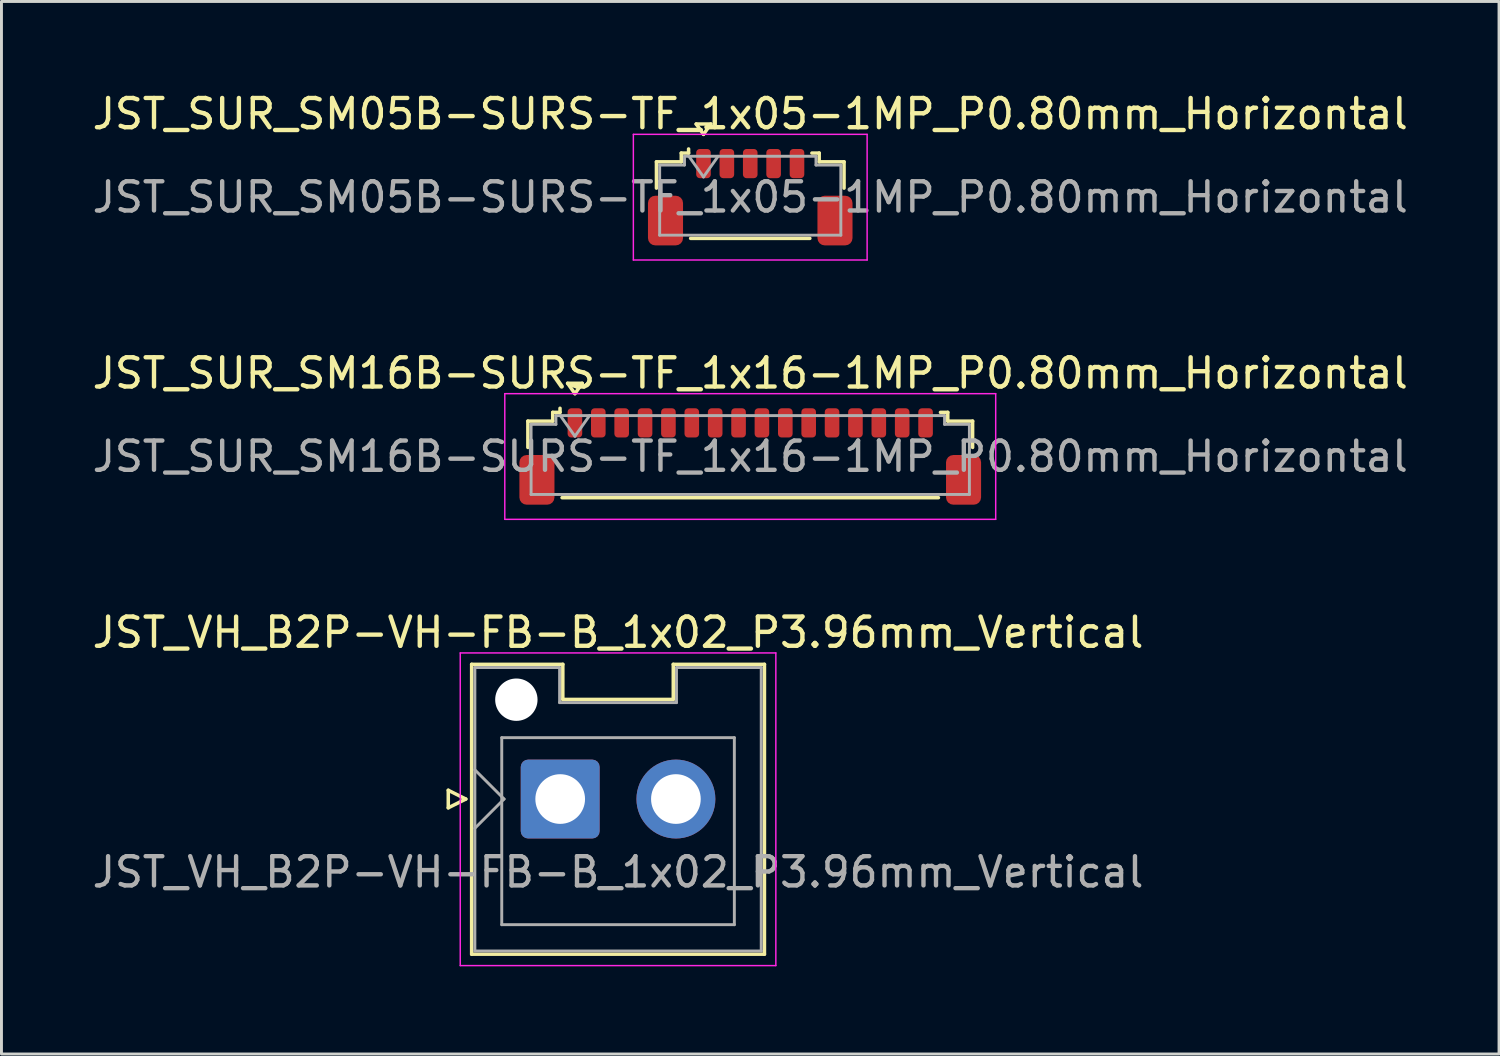
<source format=kicad_pcb>
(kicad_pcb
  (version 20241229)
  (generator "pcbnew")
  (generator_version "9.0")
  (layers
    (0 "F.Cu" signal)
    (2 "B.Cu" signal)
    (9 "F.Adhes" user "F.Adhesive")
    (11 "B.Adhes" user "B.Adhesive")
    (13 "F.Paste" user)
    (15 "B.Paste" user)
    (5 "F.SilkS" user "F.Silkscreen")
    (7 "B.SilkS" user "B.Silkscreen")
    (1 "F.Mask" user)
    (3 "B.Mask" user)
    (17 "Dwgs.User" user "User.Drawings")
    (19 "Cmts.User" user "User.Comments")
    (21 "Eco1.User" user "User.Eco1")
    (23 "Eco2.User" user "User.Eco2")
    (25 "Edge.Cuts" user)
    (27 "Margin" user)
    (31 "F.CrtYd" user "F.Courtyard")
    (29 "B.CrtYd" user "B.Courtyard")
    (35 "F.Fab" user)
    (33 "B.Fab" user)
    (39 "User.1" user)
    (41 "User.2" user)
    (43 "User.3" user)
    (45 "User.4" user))
  (footprint "JST_SUR_SM05B-SURS-TF_1x05-1MP_P0.80mm_Horizontal"
    (layer "F.Cu")
    (at 22.625 3.698)
    (property "Reference" "JST_SUR_SM05B-SURS-TF_1x05-1MP_P0.80mm_Horizontal" (at 0 -2.85 0) (layer "F.SilkS") (effects (font (size 1 1) (thickness 0.15))))
    (attr smd)
    (fp_line (start -3.21 -1.21) (end -2.36 -1.21) (stroke (width 0.12) (type solid)) (layer "F.SilkS"))
    (fp_line (start -3.21 -0.31) (end -3.21 -1.21) (stroke (width 0.12) (type solid)) (layer "F.SilkS"))
    (fp_line (start -2.36 -1.51) (end -2.11 -1.51) (stroke (width 0.12) (type solid)) (layer "F.SilkS"))
    (fp_line (start -2.36 -1.21) (end -2.36 -1.51) (stroke (width 0.12) (type solid)) (layer "F.SilkS"))
    (fp_line (start -2.11 -1.51) (end -2.11 -1.65) (stroke (width 0.12) (type solid)) (layer "F.SilkS"))
    (fp_line (start -2.04 1.41) (end 2.04 1.41) (stroke (width 0.12) (type solid)) (layer "F.SilkS"))
    (fp_line (start -1.85 -2.504) (end -1.6 -2.15) (stroke (width 0.12) (type solid)) (layer "F.SilkS"))
    (fp_line (start -1.6 -2.15) (end -1.35 -2.504) (stroke (width 0.12) (type solid)) (layer "F.SilkS"))
    (fp_line (start -1.35 -2.504) (end -1.85 -2.504) (stroke (width 0.12) (type solid)) (layer "F.SilkS"))
    (fp_line (start 2.36 -1.51) (end 2.11 -1.51) (stroke (width 0.12) (type solid)) (layer "F.SilkS"))
    (fp_line (start 2.36 -1.21) (end 2.36 -1.51) (stroke (width 0.12) (type solid)) (layer "F.SilkS"))
    (fp_line (start 3.21 -1.21) (end 2.36 -1.21) (stroke (width 0.12) (type solid)) (layer "F.SilkS"))
    (fp_line (start 3.21 -0.31) (end 3.21 -1.21) (stroke (width 0.12) (type solid)) (layer "F.SilkS"))
    (fp_line (start -4 -2.15) (end -4 2.15) (stroke (width 0.05) (type solid)) (layer "F.CrtYd"))
    (fp_line (start -4 2.15) (end 4 2.15) (stroke (width 0.05) (type solid)) (layer "F.CrtYd"))
    (fp_line (start 4 -2.15) (end -4 -2.15) (stroke (width 0.05) (type solid)) (layer "F.CrtYd"))
    (fp_line (start 4 2.15) (end 4 -2.15) (stroke (width 0.05) (type solid)) (layer "F.CrtYd"))
    (fp_line (start -3.1 -1.1) (end -3.1 1.3) (stroke (width 0.1) (type solid)) (layer "F.Fab"))
    (fp_line (start -3.1 -1.1) (end -2.25 -1.1) (stroke (width 0.1) (type solid)) (layer "F.Fab"))
    (fp_line (start -3.1 1.3) (end 3.1 1.3) (stroke (width 0.1) (type solid)) (layer "F.Fab"))
    (fp_line (start -2.25 -1.4) (end 2.25 -1.4) (stroke (width 0.1) (type solid)) (layer "F.Fab"))
    (fp_line (start -2.25 -1.1) (end -2.25 -1.4) (stroke (width 0.1) (type solid)) (layer "F.Fab"))
    (fp_line (start -2.1 -1.4) (end -1.6 -0.693) (stroke (width 0.1) (type solid)) (layer "F.Fab"))
    (fp_line (start -1.6 -0.693) (end -1.1 -1.4) (stroke (width 0.1) (type solid)) (layer "F.Fab"))
    (fp_line (start 2.25 -1.4) (end 2.25 -1.1) (stroke (width 0.1) (type solid)) (layer "F.Fab"))
    (fp_line (start 2.25 -1.1) (end 3.1 -1.1) (stroke (width 0.1) (type solid)) (layer "F.Fab"))
    (fp_line (start 3.1 -1.1) (end 3.1 1.3) (stroke (width 0.1) (type solid)) (layer "F.Fab"))
    (fp_text user "${REFERENCE}" (at 0 0 0) (layer "F.Fab") (effects (font (size 1 1) (thickness 0.15))))
    (pad "1" smd roundrect (at -1.6 -1.15) (size 0.5 1) (layers "F.Cu" "F.Mask" "F.Paste") (roundrect_rratio 0.25))
    (pad "2" smd roundrect (at -0.8 -1.15) (size 0.5 1) (layers "F.Cu" "F.Mask" "F.Paste") (roundrect_rratio 0.25))
    (pad "3" smd roundrect (at 0 -1.15) (size 0.5 1) (layers "F.Cu" "F.Mask" "F.Paste") (roundrect_rratio 0.25))
    (pad "4" smd roundrect (at 0.8 -1.15) (size 0.5 1) (layers "F.Cu" "F.Mask" "F.Paste") (roundrect_rratio 0.25))
    (pad "5" smd roundrect (at 1.6 -1.15) (size 0.5 1) (layers "F.Cu" "F.Mask" "F.Paste") (roundrect_rratio 0.25))
    (pad "MP" smd roundrect (at -2.9 0.8) (size 1.2 1.7) (layers "F.Cu" "F.Mask" "F.Paste") (roundrect_rratio 0.208))
    (pad "MP" smd roundrect (at 2.9 0.8) (size 1.2 1.7) (layers "F.Cu" "F.Mask" "F.Paste") (roundrect_rratio 0.208)))
  (footprint "JST_VH_B2P-VH-FB-B_1x02_P3.96mm_Vertical"
    (layer "F.Cu")
    (at 16.121 24.295)
    (property "Reference" "JST_VH_B2P-VH-FB-B_1x02_P3.96mm_Vertical" (at 1.98 -5.7 0) (layer "F.SilkS") (effects (font (size 1 1) (thickness 0.15))))
    (attr through_hole)
    (fp_line (start -3.83 -0.3) (end -3.23 0) (stroke (width 0.12) (type solid)) (layer "F.SilkS"))
    (fp_line (start -3.83 0.3) (end -3.83 -0.3) (stroke (width 0.12) (type solid)) (layer "F.SilkS"))
    (fp_line (start -3.23 0) (end -3.83 0.3) (stroke (width 0.12) (type solid)) (layer "F.SilkS"))
    (fp_line (start -3.03 -4.61) (end 0.09 -4.61) (stroke (width 0.12) (type solid)) (layer "F.SilkS"))
    (fp_line (start -3.03 5.31) (end -3.03 -4.61) (stroke (width 0.12) (type solid)) (layer "F.SilkS"))
    (fp_line (start 0.09 -4.61) (end 0.09 -3.41) (stroke (width 0.12) (type solid)) (layer "F.SilkS"))
    (fp_line (start 0.09 -3.41) (end 3.87 -3.41) (stroke (width 0.12) (type solid)) (layer "F.SilkS"))
    (fp_line (start 3.87 -4.61) (end 6.99 -4.61) (stroke (width 0.12) (type solid)) (layer "F.SilkS"))
    (fp_line (start 3.87 -3.41) (end 3.87 -4.61) (stroke (width 0.12) (type solid)) (layer "F.SilkS"))
    (fp_line (start 6.99 -4.61) (end 6.99 5.31) (stroke (width 0.12) (type solid)) (layer "F.SilkS"))
    (fp_line (start 6.99 5.31) (end -3.03 5.31) (stroke (width 0.12) (type solid)) (layer "F.SilkS"))
    (fp_line (start -3.42 -5) (end -3.42 5.7) (stroke (width 0.05) (type solid)) (layer "F.CrtYd"))
    (fp_line (start -3.42 5.7) (end 7.38 5.7) (stroke (width 0.05) (type solid)) (layer "F.CrtYd"))
    (fp_line (start 7.38 -5) (end -3.42 -5) (stroke (width 0.05) (type solid)) (layer "F.CrtYd"))
    (fp_line (start 7.38 5.7) (end 7.38 -5) (stroke (width 0.05) (type solid)) (layer "F.CrtYd"))
    (fp_line (start -2.92 -4.5) (end -0.02 -4.5) (stroke (width 0.1) (type solid)) (layer "F.Fab"))
    (fp_line (start -2.92 -1) (end -1.92 0) (stroke (width 0.1) (type solid)) (layer "F.Fab"))
    (fp_line (start -2.92 1) (end -1.92 0) (stroke (width 0.1) (type solid)) (layer "F.Fab"))
    (fp_line (start -2.92 5.2) (end -2.92 -4.5) (stroke (width 0.1) (type solid)) (layer "F.Fab"))
    (fp_line (start -2 -2.1) (end 5.96 -2.1) (stroke (width 0.1) (type solid)) (layer "F.Fab"))
    (fp_line (start -2 4.3) (end -2 -2.1) (stroke (width 0.1) (type solid)) (layer "F.Fab"))
    (fp_line (start -0.02 -4.5) (end -0.02 -3.3) (stroke (width 0.1) (type solid)) (layer "F.Fab"))
    (fp_line (start -0.02 -3.3) (end 3.98 -3.3) (stroke (width 0.1) (type solid)) (layer "F.Fab"))
    (fp_line (start 3.98 -4.5) (end 6.88 -4.5) (stroke (width 0.1) (type solid)) (layer "F.Fab"))
    (fp_line (start 3.98 -3.3) (end 3.98 -4.5) (stroke (width 0.1) (type solid)) (layer "F.Fab"))
    (fp_line (start 5.96 -2.1) (end 5.96 4.3) (stroke (width 0.1) (type solid)) (layer "F.Fab"))
    (fp_line (start 5.96 4.3) (end -2 4.3) (stroke (width 0.1) (type solid)) (layer "F.Fab"))
    (fp_line (start 6.88 -4.5) (end 6.88 5.2) (stroke (width 0.1) (type solid)) (layer "F.Fab"))
    (fp_line (start 6.88 5.2) (end -2.92 5.2) (stroke (width 0.1) (type solid)) (layer "F.Fab"))
    (fp_text user "${REFERENCE}" (at 1.98 2.5 0) (layer "F.Fab") (effects (font (size 1 1) (thickness 0.15))))
    (pad "" np_thru_hole circle (at -1.5 -3.4) (size 1.45 1.45) (drill 1.45) (layers "*.Cu" "*.Mask"))
    (pad "1" thru_hole roundrect (at 0 0) (size 2.7 2.7) (drill 1.7) (layers "*.Cu" "*.Mask") (roundrect_rratio 0.093))
    (pad "2" thru_hole circle (at 3.96 0) (size 2.7 2.7) (drill 1.7) (layers "*.Cu" "*.Mask")))
  (footprint "JST_SUR_SM16B-SURS-TF_1x16-1MP_P0.80mm_Horizontal"
    (layer "F.Cu")
    (at 22.625 12.572)
    (property "Reference" "JST_SUR_SM16B-SURS-TF_1x16-1MP_P0.80mm_Horizontal" (at 0 -2.85 0) (layer "F.SilkS") (effects (font (size 1 1) (thickness 0.15))))
    (attr smd)
    (fp_line (start -7.61 -1.21) (end -6.76 -1.21) (stroke (width 0.12) (type solid)) (layer "F.SilkS"))
    (fp_line (start -7.61 -0.31) (end -7.61 -1.21) (stroke (width 0.12) (type solid)) (layer "F.SilkS"))
    (fp_line (start -6.76 -1.51) (end -6.51 -1.51) (stroke (width 0.12) (type solid)) (layer "F.SilkS"))
    (fp_line (start -6.76 -1.21) (end -6.76 -1.51) (stroke (width 0.12) (type solid)) (layer "F.SilkS"))
    (fp_line (start -6.51 -1.51) (end -6.51 -1.65) (stroke (width 0.12) (type solid)) (layer "F.SilkS"))
    (fp_line (start -6.44 1.41) (end 6.44 1.41) (stroke (width 0.12) (type solid)) (layer "F.SilkS"))
    (fp_line (start -6.25 -2.504) (end -6 -2.15) (stroke (width 0.12) (type solid)) (layer "F.SilkS"))
    (fp_line (start -6 -2.15) (end -5.75 -2.504) (stroke (width 0.12) (type solid)) (layer "F.SilkS"))
    (fp_line (start -5.75 -2.504) (end -6.25 -2.504) (stroke (width 0.12) (type solid)) (layer "F.SilkS"))
    (fp_line (start 6.76 -1.51) (end 6.51 -1.51) (stroke (width 0.12) (type solid)) (layer "F.SilkS"))
    (fp_line (start 6.76 -1.21) (end 6.76 -1.51) (stroke (width 0.12) (type solid)) (layer "F.SilkS"))
    (fp_line (start 7.61 -1.21) (end 6.76 -1.21) (stroke (width 0.12) (type solid)) (layer "F.SilkS"))
    (fp_line (start 7.61 -0.31) (end 7.61 -1.21) (stroke (width 0.12) (type solid)) (layer "F.SilkS"))
    (fp_line (start -8.4 -2.15) (end -8.4 2.15) (stroke (width 0.05) (type solid)) (layer "F.CrtYd"))
    (fp_line (start -8.4 2.15) (end 8.4 2.15) (stroke (width 0.05) (type solid)) (layer "F.CrtYd"))
    (fp_line (start 8.4 -2.15) (end -8.4 -2.15) (stroke (width 0.05) (type solid)) (layer "F.CrtYd"))
    (fp_line (start 8.4 2.15) (end 8.4 -2.15) (stroke (width 0.05) (type solid)) (layer "F.CrtYd"))
    (fp_line (start -7.5 -1.1) (end -7.5 1.3) (stroke (width 0.1) (type solid)) (layer "F.Fab"))
    (fp_line (start -7.5 -1.1) (end -6.65 -1.1) (stroke (width 0.1) (type solid)) (layer "F.Fab"))
    (fp_line (start -7.5 1.3) (end 7.5 1.3) (stroke (width 0.1) (type solid)) (layer "F.Fab"))
    (fp_line (start -6.65 -1.4) (end 6.65 -1.4) (stroke (width 0.1) (type solid)) (layer "F.Fab"))
    (fp_line (start -6.65 -1.1) (end -6.65 -1.4) (stroke (width 0.1) (type solid)) (layer "F.Fab"))
    (fp_line (start -6.5 -1.4) (end -6 -0.693) (stroke (width 0.1) (type solid)) (layer "F.Fab"))
    (fp_line (start -6 -0.693) (end -5.5 -1.4) (stroke (width 0.1) (type solid)) (layer "F.Fab"))
    (fp_line (start 6.65 -1.4) (end 6.65 -1.1) (stroke (width 0.1) (type solid)) (layer "F.Fab"))
    (fp_line (start 6.65 -1.1) (end 7.5 -1.1) (stroke (width 0.1) (type solid)) (layer "F.Fab"))
    (fp_line (start 7.5 -1.1) (end 7.5 1.3) (stroke (width 0.1) (type solid)) (layer "F.Fab"))
    (fp_text user "${REFERENCE}" (at 0 0 0) (layer "F.Fab") (effects (font (size 1 1) (thickness 0.15))))
    (pad "1" smd roundrect (at -6 -1.15) (size 0.5 1) (layers "F.Cu" "F.Mask" "F.Paste") (roundrect_rratio 0.25))
    (pad "2" smd roundrect (at -5.2 -1.15) (size 0.5 1) (layers "F.Cu" "F.Mask" "F.Paste") (roundrect_rratio 0.25))
    (pad "3" smd roundrect (at -4.4 -1.15) (size 0.5 1) (layers "F.Cu" "F.Mask" "F.Paste") (roundrect_rratio 0.25))
    (pad "4" smd roundrect (at -3.6 -1.15) (size 0.5 1) (layers "F.Cu" "F.Mask" "F.Paste") (roundrect_rratio 0.25))
    (pad "5" smd roundrect (at -2.8 -1.15) (size 0.5 1) (layers "F.Cu" "F.Mask" "F.Paste") (roundrect_rratio 0.25))
    (pad "6" smd roundrect (at -2 -1.15) (size 0.5 1) (layers "F.Cu" "F.Mask" "F.Paste") (roundrect_rratio 0.25))
    (pad "7" smd roundrect (at -1.2 -1.15) (size 0.5 1) (layers "F.Cu" "F.Mask" "F.Paste") (roundrect_rratio 0.25))
    (pad "8" smd roundrect (at -0.4 -1.15) (size 0.5 1) (layers "F.Cu" "F.Mask" "F.Paste") (roundrect_rratio 0.25))
    (pad "9" smd roundrect (at 0.4 -1.15) (size 0.5 1) (layers "F.Cu" "F.Mask" "F.Paste") (roundrect_rratio 0.25))
    (pad "10" smd roundrect (at 1.2 -1.15) (size 0.5 1) (layers "F.Cu" "F.Mask" "F.Paste") (roundrect_rratio 0.25))
    (pad "11" smd roundrect (at 2 -1.15) (size 0.5 1) (layers "F.Cu" "F.Mask" "F.Paste") (roundrect_rratio 0.25))
    (pad "12" smd roundrect (at 2.8 -1.15) (size 0.5 1) (layers "F.Cu" "F.Mask" "F.Paste") (roundrect_rratio 0.25))
    (pad "13" smd roundrect (at 3.6 -1.15) (size 0.5 1) (layers "F.Cu" "F.Mask" "F.Paste") (roundrect_rratio 0.25))
    (pad "14" smd roundrect (at 4.4 -1.15) (size 0.5 1) (layers "F.Cu" "F.Mask" "F.Paste") (roundrect_rratio 0.25))
    (pad "15" smd roundrect (at 5.2 -1.15) (size 0.5 1) (layers "F.Cu" "F.Mask" "F.Paste") (roundrect_rratio 0.25))
    (pad "16" smd roundrect (at 6 -1.15) (size 0.5 1) (layers "F.Cu" "F.Mask" "F.Paste") (roundrect_rratio 0.25))
    (pad "MP" smd roundrect (at -7.3 0.8) (size 1.2 1.7) (layers "F.Cu" "F.Mask" "F.Paste") (roundrect_rratio 0.208))
    (pad "MP" smd roundrect (at 7.3 0.8) (size 1.2 1.7) (layers "F.Cu" "F.Mask" "F.Paste") (roundrect_rratio 0.208)))
  (gr_rect
    (start -3 -3)
    (end 48.25 33.02)
    (stroke (width 0.1) (type default))
    (fill no)
    (layer "Edge.Cuts")))
</source>
